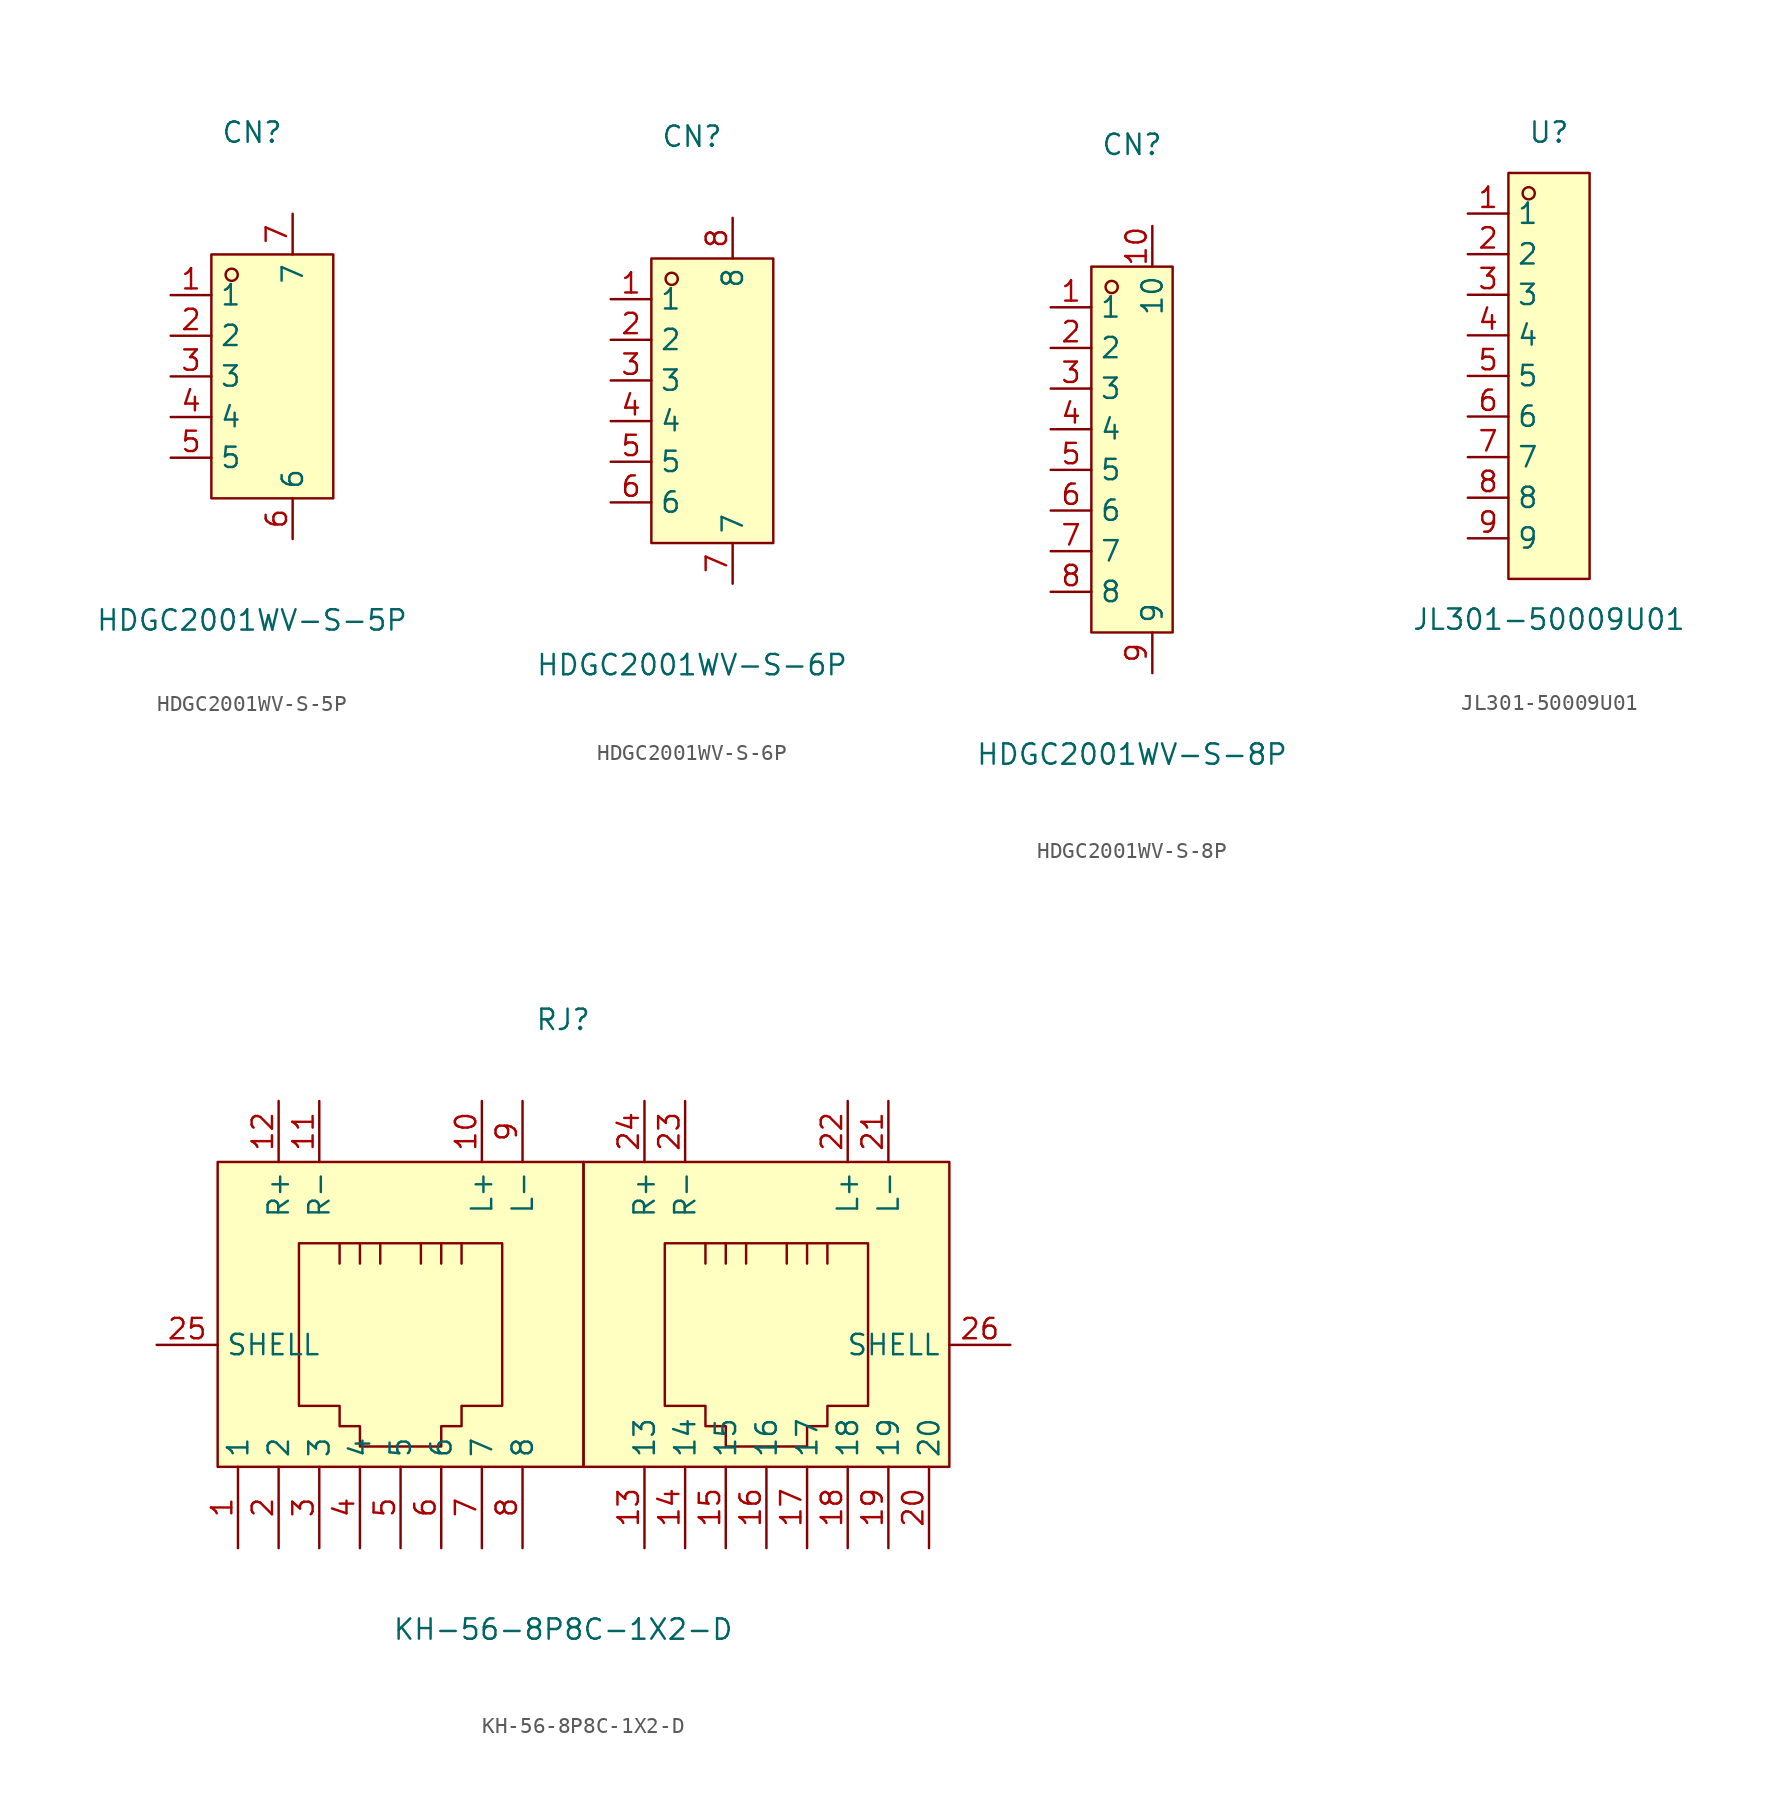
<source format=kicad_sym>
(kicad_symbol_lib
  (version 20231120)
  (generator "kicad_symbol_editor")
  (generator_version "8.0")
  (symbol "HDGC2001WV-S-5P"
    (property "Reference" "CN"
      (at 0 15.24 0)
      (effects (font (size 1.27 1.27))))
    (property "Value" "HDGC2001WV-S-5P"
      (at 0 -15.24 0)
      (effects (font (size 1.27 1.27))))
    (symbol "HDGC2001WV-S-5P_0_1"
      (rectangle (start -2.54 7.62) (end 5.08 -7.62) (stroke (width 0) (type default) (color 0 0 0 0)) (fill (type background)))
      (circle (center -1.27 6.35) (radius 0.38) (stroke (width 0) (type default) (color 0 0 0 0)) (fill (type none)))
      (pin unspecified line (at -5.08 5.08 0) (length 2.54) (name "1" (effects (font (size 1.27 1.27)))) (number "1" (effects (font (size 1.27 1.27)))))
      (pin unspecified line (at -5.08 2.54 0) (length 2.54) (name "2" (effects (font (size 1.27 1.27)))) (number "2" (effects (font (size 1.27 1.27)))))
      (pin unspecified line (at -5.08 -0.00 0) (length 2.54) (name "3" (effects (font (size 1.27 1.27)))) (number "3" (effects (font (size 1.27 1.27)))))
      (pin unspecified line (at -5.08 -2.54 0) (length 2.54) (name "4" (effects (font (size 1.27 1.27)))) (number "4" (effects (font (size 1.27 1.27)))))
      (pin unspecified line (at -5.08 -5.08 0) (length 2.54) (name "5" (effects (font (size 1.27 1.27)))) (number "5" (effects (font (size 1.27 1.27)))))
      (pin unspecified line (at 2.54 -10.16 90) (length 2.54) (name "6" (effects (font (size 1.27 1.27)))) (number "6" (effects (font (size 1.27 1.27)))))
      (pin unspecified line (at 2.54 10.16 270) (length 2.54) (name "7" (effects (font (size 1.27 1.27)))) (number "7" (effects (font (size 1.27 1.27)))))))
  (symbol "HDGC2001WV-S-6P"
    (property "Reference" "CN"
      (at 0 16.51 0)
      (effects (font (size 1.27 1.27))))
    (property "Value" "HDGC2001WV-S-6P"
      (at 0 -16.51 0)
      (effects (font (size 1.27 1.27))))
    (symbol "HDGC2001WV-S-6P_0_1"
      (rectangle (start -2.54 8.89) (end 5.08 -8.89) (stroke (width 0) (type default)) (fill (type background)))
      (circle (center -1.27 7.62) (radius 0.38) (stroke (width 0) (type default)) (fill (type none)))
      (pin unspecified line (at -5.08 6.35 0) (length 2.54) (name "1" (effects (font (size 1.27 1.27)))) (number "1" (effects (font (size 1.27 1.27)))))
      (pin unspecified line (at -5.08 3.81 0) (length 2.54) (name "2" (effects (font (size 1.27 1.27)))) (number "2" (effects (font (size 1.27 1.27)))))
      (pin unspecified line (at -5.08 1.27 0) (length 2.54) (name "3" (effects (font (size 1.27 1.27)))) (number "3" (effects (font (size 1.27 1.27)))))
      (pin unspecified line (at -5.08 -1.27 0) (length 2.54) (name "4" (effects (font (size 1.27 1.27)))) (number "4" (effects (font (size 1.27 1.27)))))
      (pin unspecified line (at -5.08 -3.81 0) (length 2.54) (name "5" (effects (font (size 1.27 1.27)))) (number "5" (effects (font (size 1.27 1.27)))))
      (pin unspecified line (at -5.08 -6.35 0) (length 2.54) (name "6" (effects (font (size 1.27 1.27)))) (number "6" (effects (font (size 1.27 1.27)))))
      (pin unspecified line (at 2.54 -11.43 90) (length 2.54) (name "7" (effects (font (size 1.27 1.27)))) (number "7" (effects (font (size 1.27 1.27)))))
      (pin unspecified line (at 2.54 11.43 270) (length 2.54) (name "8" (effects (font (size 1.27 1.27)))) (number "8" (effects (font (size 1.27 1.27)))))))
  (symbol "HDGC2001WV-S-8P"
    (property "Reference" "CN"
      (at 0 19.05 0)
      (effects (font (size 1.27 1.27))))
    (property "Value" "HDGC2001WV-S-8P"
      (at 0 -19.05 0)
      (effects (font (size 1.27 1.27))))
    (symbol "HDGC2001WV-S-8P_0_1"
      (rectangle (start -2.54 11.43) (end 2.54 -11.43) (stroke (width 0) (type default)) (fill (type background)))
      (circle (center -1.27 10.16) (radius 0.38) (stroke (width 0) (type default)) (fill (type none)))
      (pin unspecified line (at -5.08 8.89 0) (length 2.54) (name "1" (effects (font (size 1.27 1.27)))) (number "1" (effects (font (size 1.27 1.27)))))
      (pin unspecified line (at 1.27 13.97 270) (length 2.54) (name "10" (effects (font (size 1.27 1.27)))) (number "10" (effects (font (size 1.27 1.27)))))
      (pin unspecified line (at -5.08 6.35 0) (length 2.54) (name "2" (effects (font (size 1.27 1.27)))) (number "2" (effects (font (size 1.27 1.27)))))
      (pin unspecified line (at -5.08 3.81 0) (length 2.54) (name "3" (effects (font (size 1.27 1.27)))) (number "3" (effects (font (size 1.27 1.27)))))
      (pin unspecified line (at -5.08 1.27 0) (length 2.54) (name "4" (effects (font (size 1.27 1.27)))) (number "4" (effects (font (size 1.27 1.27)))))
      (pin unspecified line (at -5.08 -1.27 0) (length 2.54) (name "5" (effects (font (size 1.27 1.27)))) (number "5" (effects (font (size 1.27 1.27)))))
      (pin unspecified line (at -5.08 -3.81 0) (length 2.54) (name "6" (effects (font (size 1.27 1.27)))) (number "6" (effects (font (size 1.27 1.27)))))
      (pin unspecified line (at -5.08 -6.35 0) (length 2.54) (name "7" (effects (font (size 1.27 1.27)))) (number "7" (effects (font (size 1.27 1.27)))))
      (pin unspecified line (at -5.08 -8.89 0) (length 2.54) (name "8" (effects (font (size 1.27 1.27)))) (number "8" (effects (font (size 1.27 1.27)))))
      (pin unspecified line (at 1.27 -13.97 90) (length 2.54) (name "9" (effects (font (size 1.27 1.27)))) (number "9" (effects (font (size 1.27 1.27)))))))
  (symbol "JL301-50009U01"
    (property "Reference" "U"
      (at 0 15.24 0)
      (effects (font (size 1.27 1.27))))
    (property "Value" "JL301-50009U01"
      (at 0 -15.24 0)
      (effects (font (size 1.27 1.27))))
    (symbol "JL301-50009U01_0_1"
      (rectangle (start -2.54 12.7) (end 2.54 -12.7) (stroke (width 0) (type default)) (fill (type background)))
      (circle (center -1.27 11.43) (radius 0.38) (stroke (width 0) (type default)) (fill (type none)))
      (pin unspecified line (at -5.08 10.16 0) (length 2.54) (name "1" (effects (font (size 1.27 1.27)))) (number "1" (effects (font (size 1.27 1.27)))))
      (pin unspecified line (at -5.08 7.62 0) (length 2.54) (name "2" (effects (font (size 1.27 1.27)))) (number "2" (effects (font (size 1.27 1.27)))))
      (pin unspecified line (at -5.08 5.08 0) (length 2.54) (name "3" (effects (font (size 1.27 1.27)))) (number "3" (effects (font (size 1.27 1.27)))))
      (pin unspecified line (at -5.08 2.54 0) (length 2.54) (name "4" (effects (font (size 1.27 1.27)))) (number "4" (effects (font (size 1.27 1.27)))))
      (pin unspecified line (at -5.08 0 0) (length 2.54) (name "5" (effects (font (size 1.27 1.27)))) (number "5" (effects (font (size 1.27 1.27)))))
      (pin unspecified line (at -5.08 -2.54 0) (length 2.54) (name "6" (effects (font (size 1.27 1.27)))) (number "6" (effects (font (size 1.27 1.27)))))
      (pin unspecified line (at -5.08 -5.08 0) (length 2.54) (name "7" (effects (font (size 1.27 1.27)))) (number "7" (effects (font (size 1.27 1.27)))))
      (pin unspecified line (at -5.08 -7.62 0) (length 2.54) (name "8" (effects (font (size 1.27 1.27)))) (number "8" (effects (font (size 1.27 1.27)))))
      (pin unspecified line (at -5.08 -10.16 0) (length 2.54) (name "9" (effects (font (size 1.27 1.27)))) (number "9" (effects (font (size 1.27 1.27)))))))
  (symbol "KH-56-8P8C-1X2-D"
    (property "Reference" "RJ"
      (at 0 22.86 0)
      (effects (font (size 1.27 1.27))))
    (property "Value" "KH-56-8P8C-1X2-D"
      (at 0 -15.24 0)
      (effects (font (size 1.27 1.27))))
    (symbol "KH-56-8P8C-1X2-D_0_1"
      (rectangle (start 1.27 13.97) (end 24.13 -5.08) (stroke (width 0) (type default) (color 0 0 0 0)) (fill (type background)))
      (rectangle (start -21.59 13.97) (end 1.27 -5.08) (stroke (width 0) (type default) (color 0 0 0 0)) (fill (type background)))
      (polyline (pts (xy 16.51 8.89) (xy 16.51 7.62) (xy 16.51 7.62)) (stroke (width 0) (type default) (color 0 0 0 0)) (fill (type none)))
      (polyline (pts (xy 15.24 8.89) (xy 15.24 7.62) (xy 15.24 7.62)) (stroke (width 0) (type default) (color 0 0 0 0)) (fill (type none)))
      (polyline (pts (xy 13.97 8.89) (xy 13.97 7.62) (xy 13.97 7.62)) (stroke (width 0) (type default) (color 0 0 0 0)) (fill (type none)))
      (polyline (pts (xy 11.43 8.89) (xy 11.43 7.62) (xy 11.43 7.62)) (stroke (width 0) (type default) (color 0 0 0 0)) (fill (type none)))
      (polyline (pts (xy 19.05 8.89) (xy 6.35 8.89) (xy 6.35 -1.27) (xy 8.89 -1.27) (xy 8.89 -2.54) (xy 10.16 -2.54) (xy 10.16 -2.54) (xy 10.16 -3.81) (xy 15.24 -3.81) (xy 15.24 -2.54) (xy 16.51 -2.54) (xy 16.51 -1.27) (xy 19.05 -1.27) (xy 19.05 8.89) (xy 19.05 7.62)) (stroke (width 0) (type default) (color 0 0 0 0)) (fill (type none)))
      (polyline (pts (xy 10.16 8.89) (xy 10.16 7.62) (xy 10.16 7.62)) (stroke (width 0) (type default) (color 0 0 0 0)) (fill (type none)))
      (polyline (pts (xy 8.89 8.89) (xy 8.89 7.62) (xy 8.89 7.62)) (stroke (width 0) (type default) (color 0 0 0 0)) (fill (type none)))
      (polyline (pts (xy -6.35 8.89) (xy -6.35 7.62) (xy -6.35 7.62)) (stroke (width 0) (type default) (color 0 0 0 0)) (fill (type none)))
      (polyline (pts (xy -7.62 8.89) (xy -7.62 7.62) (xy -7.62 7.62)) (stroke (width 0) (type default) (color 0 0 0 0)) (fill (type none)))
      (polyline (pts (xy -8.89 8.89) (xy -8.89 7.62) (xy -8.89 7.62)) (stroke (width 0) (type default) (color 0 0 0 0)) (fill (type none)))
      (polyline (pts (xy -11.43 8.89) (xy -11.43 7.62) (xy -11.43 7.62)) (stroke (width 0) (type default) (color 0 0 0 0)) (fill (type none)))
      (polyline (pts (xy -3.81 8.89) (xy -16.51 8.89) (xy -16.51 -1.27) (xy -13.97 -1.27) (xy -13.97 -2.54) (xy -12.70 -2.54) (xy -12.70 -2.54) (xy -12.70 -3.81) (xy -7.62 -3.81) (xy -7.62 -2.54) (xy -6.35 -2.54) (xy -6.35 -1.27) (xy -3.81 -1.27) (xy -3.81 8.89) (xy -3.81 7.62)) (stroke (width 0) (type default) (color 0 0 0 0)) (fill (type none)))
      (polyline (pts (xy -12.70 8.89) (xy -12.70 7.62) (xy -12.70 7.62)) (stroke (width 0) (type default) (color 0 0 0 0)) (fill (type none)))
      (polyline (pts (xy -13.97 8.89) (xy -13.97 7.62) (xy -13.97 7.62)) (stroke (width 0) (type default) (color 0 0 0 0)) (fill (type none)))
      (pin unspecified line (at 27.94 2.54 180) (length 3.81) (name "SHELL" (effects (font (size 1.27 1.27)))) (number "26" (effects (font (size 1.27 1.27)))))
      (pin unspecified line (at -25.40 2.54 0) (length 3.81) (name "SHELL" (effects (font (size 1.27 1.27)))) (number "25" (effects (font (size 1.27 1.27)))))
      (pin unspecified line (at 5.08 17.78 270) (length 3.81) (name "R+" (effects (font (size 1.27 1.27)))) (number "24" (effects (font (size 1.27 1.27)))))
      (pin unspecified line (at 7.62 17.78 270) (length 3.81) (name "R-" (effects (font (size 1.27 1.27)))) (number "23" (effects (font (size 1.27 1.27)))))
      (pin unspecified line (at 17.78 17.78 270) (length 3.81) (name "L+" (effects (font (size 1.27 1.27)))) (number "22" (effects (font (size 1.27 1.27)))))
      (pin unspecified line (at 20.32 17.78 270) (length 3.81) (name "L-" (effects (font (size 1.27 1.27)))) (number "21" (effects (font (size 1.27 1.27)))))
      (pin unspecified line (at 22.86 -10.16 90) (length 5.08) (name "20" (effects (font (size 1.27 1.27)))) (number "20" (effects (font (size 1.27 1.27)))))
      (pin unspecified line (at 20.32 -10.16 90) (length 5.08) (name "19" (effects (font (size 1.27 1.27)))) (number "19" (effects (font (size 1.27 1.27)))))
      (pin unspecified line (at 17.78 -10.16 90) (length 5.08) (name "18" (effects (font (size 1.27 1.27)))) (number "18" (effects (font (size 1.27 1.27)))))
      (pin unspecified line (at 15.24 -10.16 90) (length 5.08) (name "17" (effects (font (size 1.27 1.27)))) (number "17" (effects (font (size 1.27 1.27)))))
      (pin unspecified line (at 12.70 -10.16 90) (length 5.08) (name "16" (effects (font (size 1.27 1.27)))) (number "16" (effects (font (size 1.27 1.27)))))
      (pin unspecified line (at 10.16 -10.16 90) (length 5.08) (name "15" (effects (font (size 1.27 1.27)))) (number "15" (effects (font (size 1.27 1.27)))))
      (pin unspecified line (at 7.62 -10.16 90) (length 5.08) (name "14" (effects (font (size 1.27 1.27)))) (number "14" (effects (font (size 1.27 1.27)))))
      (pin unspecified line (at 5.08 -10.16 90) (length 5.08) (name "13" (effects (font (size 1.27 1.27)))) (number "13" (effects (font (size 1.27 1.27)))))
      (pin unspecified line (at -17.78 17.78 270) (length 3.81) (name "R+" (effects (font (size 1.27 1.27)))) (number "12" (effects (font (size 1.27 1.27)))))
      (pin unspecified line (at -15.24 17.78 270) (length 3.81) (name "R-" (effects (font (size 1.27 1.27)))) (number "11" (effects (font (size 1.27 1.27)))))
      (pin unspecified line (at -5.08 17.78 270) (length 3.81) (name "L+" (effects (font (size 1.27 1.27)))) (number "10" (effects (font (size 1.27 1.27)))))
      (pin unspecified line (at -2.54 17.78 270) (length 3.81) (name "L-" (effects (font (size 1.27 1.27)))) (number "9" (effects (font (size 1.27 1.27)))))
      (pin unspecified line (at -2.54 -10.16 90) (length 5.08) (name "8" (effects (font (size 1.27 1.27)))) (number "8" (effects (font (size 1.27 1.27)))))
      (pin unspecified line (at -5.08 -10.16 90) (length 5.08) (name "7" (effects (font (size 1.27 1.27)))) (number "7" (effects (font (size 1.27 1.27)))))
      (pin unspecified line (at -7.62 -10.16 90) (length 5.08) (name "6" (effects (font (size 1.27 1.27)))) (number "6" (effects (font (size 1.27 1.27)))))
      (pin unspecified line (at -10.16 -10.16 90) (length 5.08) (name "5" (effects (font (size 1.27 1.27)))) (number "5" (effects (font (size 1.27 1.27)))))
      (pin unspecified line (at -12.70 -10.16 90) (length 5.08) (name "4" (effects (font (size 1.27 1.27)))) (number "4" (effects (font (size 1.27 1.27)))))
      (pin unspecified line (at -15.24 -10.16 90) (length 5.08) (name "3" (effects (font (size 1.27 1.27)))) (number "3" (effects (font (size 1.27 1.27)))))
      (pin unspecified line (at -17.78 -10.16 90) (length 5.08) (name "2" (effects (font (size 1.27 1.27)))) (number "2" (effects (font (size 1.27 1.27)))))
      (pin unspecified line (at -20.32 -10.16 90) (length 5.08) (name "1" (effects (font (size 1.27 1.27)))) (number "1" (effects (font (size 1.27 1.27))))))))
</source>
